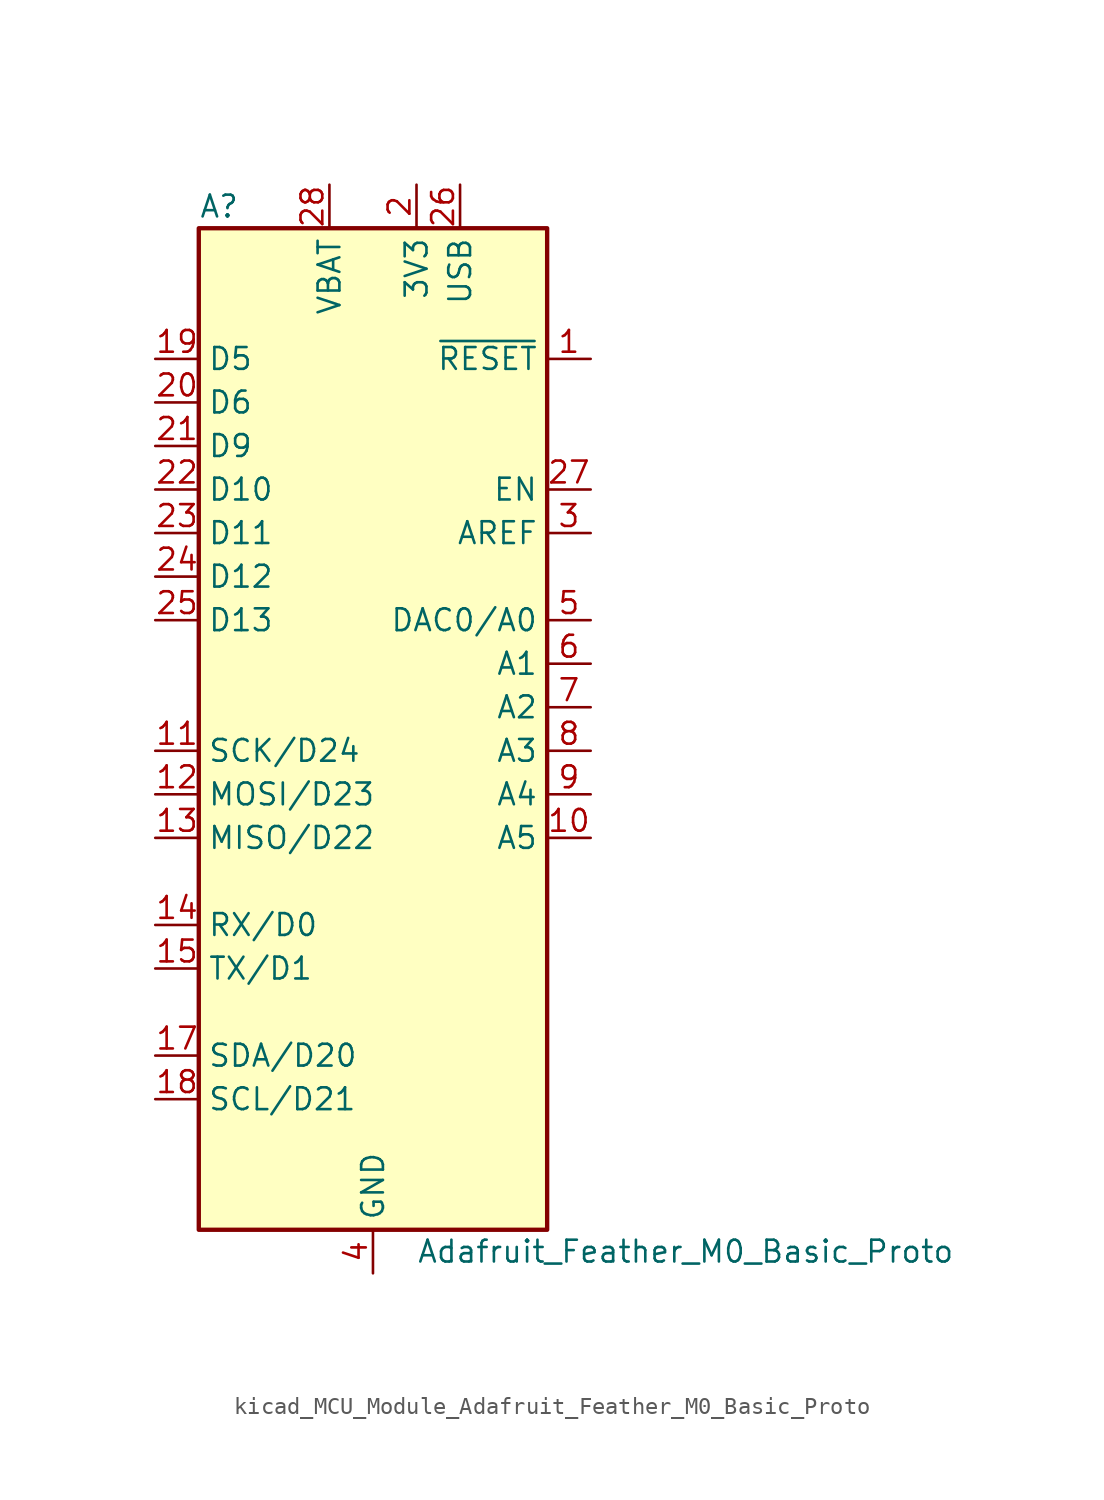
<source format=kicad_sym>
(kicad_symbol_lib
  (version 20220914)
  (generator kicad_symbol_editor)
  (symbol "kicad_MCU_Module_Adafruit_Feather_M0_Basic_Proto"
    (property "Reference" "A"
      (at -10.16 29.21 0)
      (effects (font (size 1.27 1.27)) (justify left)))
    (property "Value" "Adafruit_Feather_M0_Basic_Proto"
      (at 2.54 -31.75 0)
      (effects (font (size 1.27 1.27)) (justify left)))
    (symbol "kicad_MCU_Module_Adafruit_Feather_M0_Basic_Proto_0_1"
      (rectangle (start -10.16 27.94) (end 10.16 -30.48) (stroke (width 0.254) (type default)) (fill (type background))))
    (symbol "kicad_MCU_Module_Adafruit_Feather_M0_Basic_Proto_1_1"
      (pin input line (at 12.7 20.32 180) (length 2.54) (name "~{RESET}" (effects (font (size 1.27 1.27)))) (number "1" (effects (font (size 1.27 1.27)))))
      (pin bidirectional line (at 12.7 -7.62 180) (length 2.54) (name "A5" (effects (font (size 1.27 1.27)))) (number "10" (effects (font (size 1.27 1.27)))))
      (pin bidirectional line (at -12.7 -2.54 0) (length 2.54) (name "SCK/D24" (effects (font (size 1.27 1.27)))) (number "11" (effects (font (size 1.27 1.27)))))
      (pin bidirectional line (at -12.7 -5.08 0) (length 2.54) (name "MOSI/D23" (effects (font (size 1.27 1.27)))) (number "12" (effects (font (size 1.27 1.27)))))
      (pin bidirectional line (at -12.7 -7.62 0) (length 2.54) (name "MISO/D22" (effects (font (size 1.27 1.27)))) (number "13" (effects (font (size 1.27 1.27)))))
      (pin bidirectional line (at -12.7 -12.7 0) (length 2.54) (name "RX/D0" (effects (font (size 1.27 1.27)))) (number "14" (effects (font (size 1.27 1.27)))))
      (pin bidirectional line (at -12.7 -15.24 0) (length 2.54) (name "TX/D1" (effects (font (size 1.27 1.27)))) (number "15" (effects (font (size 1.27 1.27)))))
      (pin passive line (at 0 -33.02 90) (length 2.54) hide (name "GND" (effects (font (size 1.27 1.27)))) (number "16" (effects (font (size 1.27 1.27)))))
      (pin bidirectional line (at -12.7 -20.32 0) (length 2.54) (name "SDA/D20" (effects (font (size 1.27 1.27)))) (number "17" (effects (font (size 1.27 1.27)))))
      (pin bidirectional line (at -12.7 -22.86 0) (length 2.54) (name "SCL/D21" (effects (font (size 1.27 1.27)))) (number "18" (effects (font (size 1.27 1.27)))))
      (pin bidirectional line (at -12.7 20.32 0) (length 2.54) (name "D5" (effects (font (size 1.27 1.27)))) (number "19" (effects (font (size 1.27 1.27)))))
      (pin power_in line (at 2.54 30.48 270) (length 2.54) (name "3V3" (effects (font (size 1.27 1.27)))) (number "2" (effects (font (size 1.27 1.27)))))
      (pin bidirectional line (at -12.7 17.78 0) (length 2.54) (name "D6" (effects (font (size 1.27 1.27)))) (number "20" (effects (font (size 1.27 1.27)))))
      (pin bidirectional line (at -12.7 15.24 0) (length 2.54) (name "D9" (effects (font (size 1.27 1.27)))) (number "21" (effects (font (size 1.27 1.27)))))
      (pin bidirectional line (at -12.7 12.7 0) (length 2.54) (name "D10" (effects (font (size 1.27 1.27)))) (number "22" (effects (font (size 1.27 1.27)))))
      (pin bidirectional line (at -12.7 10.16 0) (length 2.54) (name "D11" (effects (font (size 1.27 1.27)))) (number "23" (effects (font (size 1.27 1.27)))))
      (pin bidirectional line (at -12.7 7.62 0) (length 2.54) (name "D12" (effects (font (size 1.27 1.27)))) (number "24" (effects (font (size 1.27 1.27)))))
      (pin bidirectional line (at -12.7 5.08 0) (length 2.54) (name "D13" (effects (font (size 1.27 1.27)))) (number "25" (effects (font (size 1.27 1.27)))))
      (pin power_in line (at 5.08 30.48 270) (length 2.54) (name "USB" (effects (font (size 1.27 1.27)))) (number "26" (effects (font (size 1.27 1.27)))))
      (pin input line (at 12.7 12.7 180) (length 2.54) (name "EN" (effects (font (size 1.27 1.27)))) (number "27" (effects (font (size 1.27 1.27)))))
      (pin power_in line (at -2.54 30.48 270) (length 2.54) (name "VBAT" (effects (font (size 1.27 1.27)))) (number "28" (effects (font (size 1.27 1.27)))))
      (pin input line (at 12.7 10.16 180) (length 2.54) (name "AREF" (effects (font (size 1.27 1.27)))) (number "3" (effects (font (size 1.27 1.27)))))
      (pin power_in line (at 0 -33.02 90) (length 2.54) (name "GND" (effects (font (size 1.27 1.27)))) (number "4" (effects (font (size 1.27 1.27)))))
      (pin bidirectional line (at 12.7 5.08 180) (length 2.54) (name "DAC0/A0" (effects (font (size 1.27 1.27)))) (number "5" (effects (font (size 1.27 1.27)))))
      (pin bidirectional line (at 12.7 2.54 180) (length 2.54) (name "A1" (effects (font (size 1.27 1.27)))) (number "6" (effects (font (size 1.27 1.27)))))
      (pin bidirectional line (at 12.7 0 180) (length 2.54) (name "A2" (effects (font (size 1.27 1.27)))) (number "7" (effects (font (size 1.27 1.27)))))
      (pin bidirectional line (at 12.7 -2.54 180) (length 2.54) (name "A3" (effects (font (size 1.27 1.27)))) (number "8" (effects (font (size 1.27 1.27)))))
      (pin bidirectional line (at 12.7 -5.08 180) (length 2.54) (name "A4" (effects (font (size 1.27 1.27)))) (number "9" (effects (font (size 1.27 1.27))))))))
</source>
